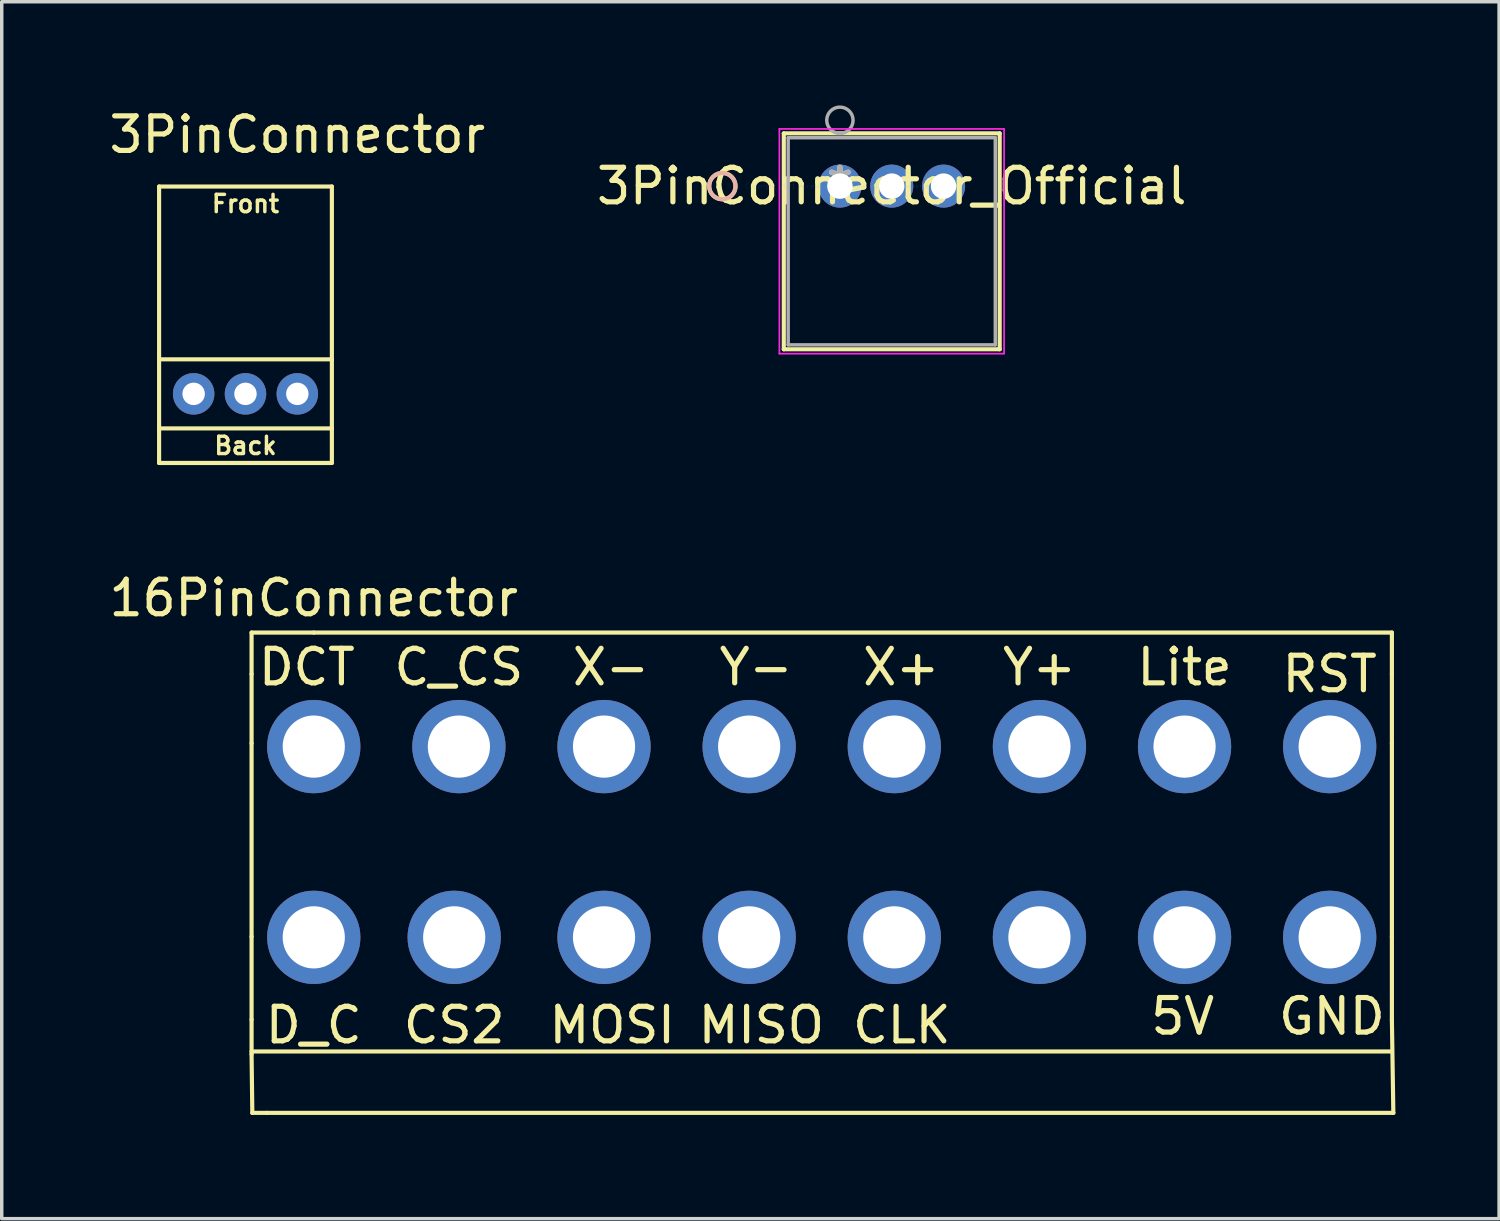
<source format=kicad_pcb>
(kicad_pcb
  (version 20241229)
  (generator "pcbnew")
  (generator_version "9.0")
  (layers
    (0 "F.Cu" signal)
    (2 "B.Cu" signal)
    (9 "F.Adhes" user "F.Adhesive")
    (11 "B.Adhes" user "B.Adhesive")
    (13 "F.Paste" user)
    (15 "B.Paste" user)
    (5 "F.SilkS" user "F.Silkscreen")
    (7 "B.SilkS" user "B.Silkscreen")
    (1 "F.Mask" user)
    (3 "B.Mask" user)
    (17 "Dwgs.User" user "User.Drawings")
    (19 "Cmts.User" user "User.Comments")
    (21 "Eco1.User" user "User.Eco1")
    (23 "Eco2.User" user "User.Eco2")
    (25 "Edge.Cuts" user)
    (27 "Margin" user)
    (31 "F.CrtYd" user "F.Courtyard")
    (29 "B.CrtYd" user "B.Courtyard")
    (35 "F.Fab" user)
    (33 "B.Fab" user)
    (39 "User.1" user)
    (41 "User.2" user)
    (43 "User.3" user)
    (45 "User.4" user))
  (footprint "3PinConnector_Official"
    (layer "F.Cu")
    (at 21.256 2.336)
    (property "Reference" "3PinConnector_Official" (at 1.5 0 0) (layer "F.SilkS") (effects (font (size 1 1) (thickness 0.15))))
    (attr through_hole)
    (fp_line (start -1.624 -1.527) (end -1.624 4.721) (stroke (width 0.12) (type solid)) (layer "F.SilkS"))
    (fp_line (start -1.624 4.721) (end 4.624 4.721) (stroke (width 0.12) (type solid)) (layer "F.SilkS"))
    (fp_line (start 4.624 -1.527) (end -1.624 -1.527) (stroke (width 0.12) (type solid)) (layer "F.SilkS"))
    (fp_line (start 4.624 4.721) (end 4.624 -1.527) (stroke (width 0.12) (type solid)) (layer "F.SilkS"))
    (fp_circle (center -3.402 0) (end -3.021 0) (stroke (width 0.12) (type solid)) (fill no) (layer "F.SilkS"))
    (fp_circle (center -3.402 0) (end -3.021 0) (stroke (width 0.12) (type solid)) (fill no) (layer "B.SilkS"))
    (fp_line (start -1.751 -1.654) (end -1.751 4.848) (stroke (width 0.05) (type solid)) (layer "F.CrtYd"))
    (fp_line (start -1.751 4.848) (end 4.751 4.848) (stroke (width 0.05) (type solid)) (layer "F.CrtYd"))
    (fp_line (start 4.751 -1.654) (end -1.751 -1.654) (stroke (width 0.05) (type solid)) (layer "F.CrtYd"))
    (fp_line (start 4.751 4.848) (end 4.751 -1.654) (stroke (width 0.05) (type solid)) (layer "F.CrtYd"))
    (fp_line (start -1.497 -1.4) (end -1.497 4.594) (stroke (width 0.1) (type solid)) (layer "F.Fab"))
    (fp_line (start -1.497 4.594) (end 4.497 4.594) (stroke (width 0.1) (type solid)) (layer "F.Fab"))
    (fp_line (start 4.497 -1.4) (end -1.497 -1.4) (stroke (width 0.1) (type solid)) (layer "F.Fab"))
    (fp_line (start 4.497 4.594) (end 4.497 -1.4) (stroke (width 0.1) (type solid)) (layer "F.Fab"))
    (fp_circle (center 0 -1.905) (end 0.381 -1.905) (stroke (width 0.1) (type solid)) (fill no) (layer "F.Fab"))
    (fp_text user "*" (at 0 0 0) (layer "F.SilkS") (effects (font (size 1 1) (thickness 0.15))))
    (fp_text user "Copyright 2021 Accelerated Designs. All rights reserved." (at 0 0 0) (layer "Cmts.User") (effects (font (size 0.127 0.127) (thickness 0.002))))
    (fp_text user "*" (at 0 0 0) (layer "F.Fab") (effects (font (size 1 1) (thickness 0.15))))
    (pad "1" thru_hole circle (at 0 0) (size 1.245 1.245) (drill 0.737) (layers "*.Cu" "*.Mask"))
    (pad "2" thru_hole circle (at 1.5 0) (size 1.245 1.245) (drill 0.737) (layers "*.Cu" "*.Mask"))
    (pad "3" thru_hole circle (at 3 0) (size 1.245 1.245) (drill 0.737) (layers "*.Cu" "*.Mask")))
  (footprint "3PinConnector"
    (layer "F.Cu")
    (at 5.554 8.348)
    (property "Reference" "3PinConnector" (at 0 -7.5 0) (layer "F.SilkS") (effects (font (size 1 1) (thickness 0.15))))
    (attr through_hole)
    (fp_line (start -4 -6) (end -4 -1) (stroke (width 0.12) (type solid)) (layer "F.SilkS"))
    (fp_line (start -4 -1) (end -4 1) (stroke (width 0.12) (type solid)) (layer "F.SilkS"))
    (fp_line (start -4 1) (end -4 2) (stroke (width 0.12) (type solid)) (layer "F.SilkS"))
    (fp_line (start -4 1) (end 1 1) (stroke (width 0.12) (type solid)) (layer "F.SilkS"))
    (fp_line (start -4 2) (end 1 2) (stroke (width 0.12) (type solid)) (layer "F.SilkS"))
    (fp_line (start 1 -6) (end -4 -6) (stroke (width 0.12) (type solid)) (layer "F.SilkS"))
    (fp_line (start 1 -1) (end -4 -1) (stroke (width 0.12) (type solid)) (layer "F.SilkS"))
    (fp_line (start 1 -1) (end 1 -6) (stroke (width 0.12) (type solid)) (layer "F.SilkS"))
    (fp_line (start 1 1) (end 1 -1) (stroke (width 0.12) (type solid)) (layer "F.SilkS"))
    (fp_line (start 1 2) (end 1 1) (stroke (width 0.12) (type solid)) (layer "F.SilkS"))
    (fp_text user "Back" (at -1.5 1.5 0) (layer "F.SilkS") (effects (font (size 0.5 0.5) (thickness 0.1))))
    (fp_text user "Front" (at -1.5 -5.5 0) (layer "F.SilkS") (effects (font (size 0.5 0.5) (thickness 0.1))))
    (pad "1" thru_hole circle (at 0 0 180) (size 1.2 1.2) (drill 0.65) (layers "*.Cu" "*.Mask"))
    (pad "2" thru_hole circle (at -1.5 0 180) (size 1.2 1.2) (drill 0.65) (layers "*.Cu" "*.Mask"))
    (pad "3" thru_hole circle (at -3 0 180) (size 1.2 1.2) (drill 0.65) (layers "*.Cu" "*.Mask")))
  (footprint "16PinConnector"
    (layer "F.Cu")
    (at 6.03 16.456)
    (property "Reference" "16PinConnector" (at 0 -2.2 0) (layer "F.SilkS") (effects (font (size 1 1) (thickness 0.15))))
    (attr through_hole)
    (fp_line (start -1.8 -1.2) (end -1.8 0) (stroke (width 0.12) (type solid)) (layer "F.SilkS"))
    (fp_line (start -1.8 -1.2) (end 0 -1.2) (stroke (width 0.12) (type solid)) (layer "F.SilkS"))
    (fp_line (start -1.8 2) (end -1.8 0) (stroke (width 0.12) (type solid)) (layer "F.SilkS"))
    (fp_line (start -1.8 2) (end -1.8 7.6) (stroke (width 0.12) (type solid)) (layer "F.SilkS"))
    (fp_line (start -1.8 7.6) (end -1.8 10) (stroke (width 0.12) (type solid)) (layer "F.SilkS"))
    (fp_line (start -1.8 10) (end -1.8 11) (stroke (width 0.12) (type solid)) (layer "F.SilkS"))
    (fp_line (start -1.8 11) (end -1.778 12.7) (stroke (width 0.12) (type solid)) (layer "F.SilkS"))
    (fp_line (start -1.778 12.7) (end -1.358 12.7) (stroke (width 0.12) (type solid)) (layer "F.SilkS"))
    (fp_line (start -1.358 12.7) (end 31.242 12.7) (stroke (width 0.12) (type solid)) (layer "F.SilkS"))
    (fp_line (start 0 -1.2) (end 31.2 -1.2) (stroke (width 0.12) (type solid)) (layer "F.SilkS"))
    (fp_line (start 31.2 -1.2) (end 31.2 0) (stroke (width 0.12) (type solid)) (layer "F.SilkS"))
    (fp_line (start 31.2 2) (end 31.2 0) (stroke (width 0.12) (type solid)) (layer "F.SilkS"))
    (fp_line (start 31.2 2) (end 31.2 7.6) (stroke (width 0.12) (type solid)) (layer "F.SilkS"))
    (fp_line (start 31.2 10) (end 31.2 7.6) (stroke (width 0.12) (type solid)) (layer "F.SilkS"))
    (fp_line (start 31.2 10) (end 31.242 12.7) (stroke (width 0.12) (type solid)) (layer "F.SilkS"))
    (fp_line (start 31.2 10.922) (end -1.8 10.922) (stroke (width 0.12) (type solid)) (layer "F.SilkS"))
    (fp_text user "RST" (at 29.4 0 0) (layer "F.SilkS") (effects (font (size 1 1) (thickness 0.15))))
    (fp_text user "D_C" (at 0 10.16 0) (layer "F.SilkS") (effects (font (size 1 1) (thickness 0.15))))
    (fp_text user "CS2" (at 4.064 10.16 0) (layer "F.SilkS") (effects (font (size 1 1) (thickness 0.15))))
    (fp_text user "GND" (at 29.464 9.906 0) (layer "F.SilkS") (effects (font (size 1 1) (thickness 0.15))))
    (fp_text user "DCT" (at -0.2 -0.2 0) (layer "F.SilkS") (effects (font (size 1 1) (thickness 0.15))))
    (fp_text user "C_CS" (at 4.2 -0.2 0) (layer "F.SilkS") (effects (font (size 1 1) (thickness 0.15))))
    (fp_text user "Y+" (at 21 -0.2 0) (layer "F.SilkS") (effects (font (size 1 1) (thickness 0.15))))
    (fp_text user "MOSI" (at 8.636 10.16 0) (layer "F.SilkS") (effects (font (size 1 1) (thickness 0.15))))
    (fp_text user "X-" (at 8.6 -0.2 0) (layer "F.SilkS") (effects (font (size 1 1) (thickness 0.15))))
    (fp_text user "X+" (at 17 -0.2 0) (layer "F.SilkS") (effects (font (size 1 1) (thickness 0.15))))
    (fp_text user "CLK" (at 17.018 10.16 0) (layer "F.SilkS") (effects (font (size 1 1) (thickness 0.15))))
    (fp_text user "5V" (at 25.146 9.906 0) (layer "F.SilkS") (effects (font (size 1 1) (thickness 0.15))))
    (fp_text user "Lite" (at 25.2 -0.2 0) (layer "F.SilkS") (effects (font (size 1 1) (thickness 0.15))))
    (fp_text user "Y-" (at 12.8 -0.2 0) (layer "F.SilkS") (effects (font (size 1 1) (thickness 0.15))))
    (fp_text user "MISO" (at 12.954 10.16 0) (layer "F.SilkS") (effects (font (size 1 1) (thickness 0.15))))
    (pad "1" thru_hole circle (at 29.4 7.62 180) (size 2.7 2.7) (drill 1.8) (layers "*.Cu" "*.Mask"))
    (pad "2" thru_hole circle (at 25.2 7.62 180) (size 2.7 2.7) (drill 1.8) (layers "*.Cu" "*.Mask"))
    (pad "3" thru_hole circle (at 21 7.62 180) (size 2.7 2.7) (drill 1.8) (layers "*.Cu" "*.Mask"))
    (pad "4" thru_hole circle (at 16.8 7.62 180) (size 2.7 2.7) (drill 1.8) (layers "*.Cu" "*.Mask"))
    (pad "5" thru_hole circle (at 12.6 7.62 180) (size 2.7 2.7) (drill 1.8) (layers "*.Cu" "*.Mask"))
    (pad "6" thru_hole circle (at 8.4 7.62 180) (size 2.7 2.7) (drill 1.8) (layers "*.Cu" "*.Mask"))
    (pad "7" thru_hole circle (at 4.064 7.62 180) (size 2.7 2.7) (drill 1.8) (layers "*.Cu" "*.Mask"))
    (pad "8" thru_hole circle (at 0 7.62 180) (size 2.7 2.7) (drill 1.8) (layers "*.Cu" "*.Mask"))
    (pad "9" thru_hole circle (at 29.4 2.1 180) (size 2.7 2.7) (drill 1.8) (layers "*.Cu" "*.Mask"))
    (pad "10" thru_hole circle (at 25.2 2.1 180) (size 2.7 2.7) (drill 1.8) (layers "*.Cu" "*.Mask"))
    (pad "11" thru_hole circle (at 21 2.1 180) (size 2.7 2.7) (drill 1.8) (layers "*.Cu" "*.Mask"))
    (pad "12" thru_hole circle (at 16.8 2.1 180) (size 2.7 2.7) (drill 1.8) (layers "*.Cu" "*.Mask"))
    (pad "13" thru_hole circle (at 12.6 2.1 180) (size 2.7 2.7) (drill 1.8) (layers "*.Cu" "*.Mask"))
    (pad "14" thru_hole circle (at 8.4 2.1 180) (size 2.7 2.7) (drill 1.8) (layers "*.Cu" "*.Mask"))
    (pad "15" thru_hole circle (at 4.2 2.1 180) (size 2.7 2.7) (drill 1.8) (layers "*.Cu" "*.Mask"))
    (pad "16" thru_hole circle (at 0 2.1 180) (size 2.7 2.7) (drill 1.8) (layers "*.Cu" "*.Mask")))
  (gr_rect
    (start -3 -3)
    (end 40.332 32.217)
    (stroke (width 0.1) (type default))
    (fill no)
    (layer "Edge.Cuts")))
</source>
